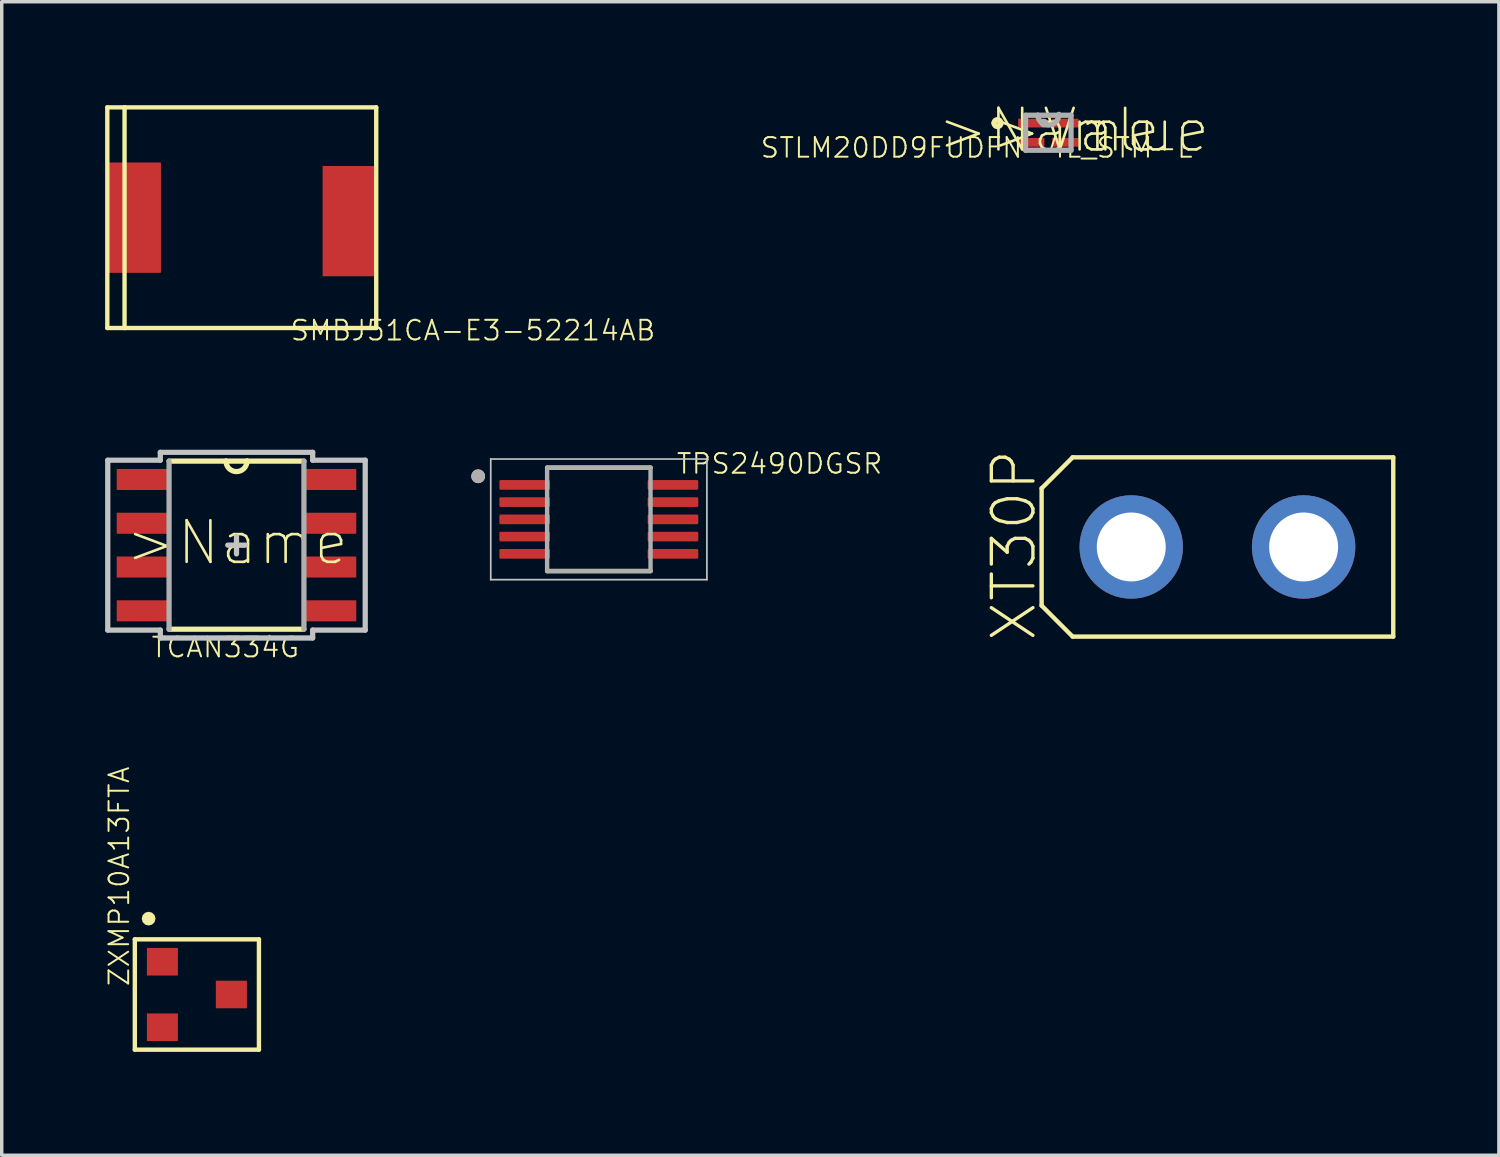
<source format=kicad_pcb>
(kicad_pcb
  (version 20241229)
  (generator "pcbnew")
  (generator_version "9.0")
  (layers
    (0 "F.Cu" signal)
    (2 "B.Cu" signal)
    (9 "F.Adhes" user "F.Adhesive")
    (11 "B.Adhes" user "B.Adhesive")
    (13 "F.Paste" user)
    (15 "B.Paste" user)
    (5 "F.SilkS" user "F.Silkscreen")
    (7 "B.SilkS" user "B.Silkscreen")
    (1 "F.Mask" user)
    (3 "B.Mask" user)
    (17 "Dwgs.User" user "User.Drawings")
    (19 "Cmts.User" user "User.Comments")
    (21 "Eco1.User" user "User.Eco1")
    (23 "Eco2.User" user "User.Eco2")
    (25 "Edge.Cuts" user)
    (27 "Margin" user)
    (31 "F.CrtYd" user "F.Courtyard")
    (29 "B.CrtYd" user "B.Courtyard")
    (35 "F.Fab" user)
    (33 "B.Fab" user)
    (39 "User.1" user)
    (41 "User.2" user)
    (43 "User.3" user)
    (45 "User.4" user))
  (footprint "SMBJ51CA-E3-52214AB"
    (layer "F.Cu")
    (at 3.963 3.264)
    (property "Reference" "SMBJ51CA-E3-52214AB" (at 1.377 3.605 180) (layer "F.SilkS") (effects (font (size 0.57 0.57) (thickness 0.057)) (justify left bottom)))
    (attr through_hole)
    (fp_line (start -3.9 -3.2) (end -3.4 -3.2) (stroke (width 0.127) (type solid)) (layer "F.SilkS"))
    (fp_line (start -3.9 3.2) (end -3.9 -3.2) (stroke (width 0.127) (type solid)) (layer "F.SilkS"))
    (fp_line (start -3.4 -3.2) (end -3.4 3.2) (stroke (width 0.127) (type solid)) (layer "F.SilkS"))
    (fp_line (start -3.4 -3.2) (end 3.9 -3.2) (stroke (width 0.127) (type solid)) (layer "F.SilkS"))
    (fp_line (start -3.4 3.2) (end -3.9 3.2) (stroke (width 0.127) (type solid)) (layer "F.SilkS"))
    (fp_line (start 3.9 -3.2) (end 3.9 3.2) (stroke (width 0.127) (type solid)) (layer "F.SilkS"))
    (fp_line (start 3.9 3.2) (end -3.4 3.2) (stroke (width 0.127) (type solid)) (layer "F.SilkS"))
    (pad "P$1" smd rect (at -3.105 0 90) (size 3.2 1.52) (layers "F.Cu" "F.Mask" "F.Paste"))
    (pad "P$2" smd rect (at 3.105 0.1 90) (size 3.2 1.52) (layers "F.Cu" "F.Mask" "F.Paste")))
  (footprint "ZXMP10A13FTA"
    (layer "F.Cu")
    (at 2.661 25.797)
    (property "Reference" "ZXMP10A13FTA" (at -1.92 -0.2 90) (layer "F.SilkS") (effects (font (size 0.57 0.57) (thickness 0.057)) (justify left bottom)))
    (attr through_hole)
    (fp_line (start -1.8 -1.6) (end -1.8 1.6) (stroke (width 0.127) (type solid)) (layer "F.SilkS"))
    (fp_line (start -1.8 1.6) (end 1.8 1.6) (stroke (width 0.127) (type solid)) (layer "F.SilkS"))
    (fp_line (start 1.8 -1.6) (end -1.8 -1.6) (stroke (width 0.127) (type solid)) (layer "F.SilkS"))
    (fp_line (start 1.8 1.6) (end 1.8 -1.6) (stroke (width 0.127) (type solid)) (layer "F.SilkS"))
    (fp_poly (pts (xy -1.6 -2.2) (xy -1.573 -2.3) (xy -1.5 -2.373) (xy -1.4 -2.4) (xy -1.3 -2.373) (xy -1.227 -2.3) (xy -1.2 -2.2) (xy -1.227 -2.1) (xy -1.3 -2.027) (xy -1.4 -2) (xy -1.5 -2.027) (xy -1.573 -2.1)) (stroke (width 0) (type solid)) (fill yes) (layer "F.SilkS"))
    (pad "P$1" smd rect (at -1 -0.95) (size 0.9 0.8) (layers "F.Cu" "F.Mask" "F.Paste"))
    (pad "P$2" smd rect (at -1 0.95) (size 0.9 0.8) (layers "F.Cu" "F.Mask" "F.Paste"))
    (pad "P$3" smd rect (at 1 0) (size 0.9 0.8) (layers "F.Cu" "F.Mask" "F.Paste")))
  (footprint "TCAN334G"
    (layer "F.Cu")
    (at 3.81 12.763)
    (property "Reference" "TCAN334G" (at -0.323 2.965 180) (layer "F.SilkS") (effects (font (size 0.57 0.57) (thickness 0.057))))
    (attr through_hole)
    (fp_line (start -1.956 2.438) (end 1.956 2.438) (stroke (width 0.152) (type solid)) (layer "F.SilkS"))
    (fp_line (start -0.305 -2.438) (end -1.956 -2.438) (stroke (width 0.152) (type solid)) (layer "F.SilkS"))
    (fp_line (start 0.305 -2.438) (end -0.305 -2.438) (stroke (width 0.152) (type solid)) (layer "F.SilkS"))
    (fp_line (start 1.956 -2.438) (end 0.305 -2.438) (stroke (width 0.152) (type solid)) (layer "F.SilkS"))
    (fp_arc (start 0.3048 -2.4384) (mid 0 -2.1336) (end -0.3048 -2.4384) (stroke (width 0.1524) (type solid)) (layer "F.SilkS"))
    (fp_line (start -3.734 -2.464) (end -2.21 -2.464) (stroke (width 0.152) (type solid)) (layer "Dwgs.User"))
    (fp_line (start -3.734 2.464) (end -3.734 -2.464) (stroke (width 0.152) (type solid)) (layer "Dwgs.User"))
    (fp_line (start -3.734 2.464) (end -2.21 2.464) (stroke (width 0.152) (type solid)) (layer "Dwgs.User"))
    (fp_line (start -2.21 -2.692) (end 2.21 -2.692) (stroke (width 0.152) (type solid)) (layer "Dwgs.User"))
    (fp_line (start -2.21 -2.464) (end -2.21 -2.692) (stroke (width 0.152) (type solid)) (layer "Dwgs.User"))
    (fp_line (start -2.21 2.692) (end -2.21 2.464) (stroke (width 0.152) (type solid)) (layer "Dwgs.User"))
    (fp_line (start -0.254 0) (end 0.254 0) (stroke (width 0.152) (type solid)) (layer "Dwgs.User"))
    (fp_line (start 0 0.254) (end 0 -0.254) (stroke (width 0.152) (type solid)) (layer "Dwgs.User"))
    (fp_line (start 2.21 -2.692) (end 2.21 -2.464) (stroke (width 0.152) (type solid)) (layer "Dwgs.User"))
    (fp_line (start 2.21 2.464) (end 2.21 2.692) (stroke (width 0.152) (type solid)) (layer "Dwgs.User"))
    (fp_line (start 2.21 2.692) (end -2.21 2.692) (stroke (width 0.152) (type solid)) (layer "Dwgs.User"))
    (fp_line (start 3.734 -2.464) (end 2.21 -2.464) (stroke (width 0.152) (type solid)) (layer "Dwgs.User"))
    (fp_line (start 3.734 -2.464) (end 3.734 2.464) (stroke (width 0.152) (type solid)) (layer "Dwgs.User"))
    (fp_line (start 3.734 2.464) (end 2.21 2.464) (stroke (width 0.152) (type solid)) (layer "Dwgs.User"))
    (fp_poly (pts (xy -3.729 2.464) (xy -3.729 -2.464) (xy -2.21 -2.464) (xy -2.21 -2.705) (xy 2.21 -2.705) (xy 2.21 -2.464) (xy 3.729 -2.464) (xy 3.729 2.464) (xy 2.21 2.464) (xy 2.21 2.705) (xy -2.21 2.705) (xy -2.21 2.464)) (stroke (width 0.1) (type solid)) (fill no) (layer "Dwgs.User"))
    (fp_line (start -1.956 -2.438) (end -1.956 2.438) (stroke (width 0.152) (type solid)) (layer "F.Fab"))
    (fp_line (start 1.956 2.438) (end 1.956 -2.438) (stroke (width 0.152) (type solid)) (layer "F.Fab"))
    (fp_text user ">Name" (at -3.277 0.635 0) (layer "F.SilkS") (effects (font (size 1.206 1.206) (thickness 0.076)) (justify left bottom)))
    (pad "1" smd rect (at -2.7 -1.905) (size 1.549 0.61) (layers "F.Cu" "F.Mask" "F.Paste"))
    (pad "2" smd rect (at -2.7 -0.635) (size 1.549 0.61) (layers "F.Cu" "F.Mask" "F.Paste"))
    (pad "3" smd rect (at -2.7 0.635) (size 1.549 0.61) (layers "F.Cu" "F.Mask" "F.Paste"))
    (pad "4" smd rect (at -2.7 1.905) (size 1.549 0.61) (layers "F.Cu" "F.Mask" "F.Paste"))
    (pad "5" smd rect (at 2.7 1.905) (size 1.549 0.61) (layers "F.Cu" "F.Mask" "F.Paste"))
    (pad "6" smd rect (at 2.7 0.635) (size 1.549 0.61) (layers "F.Cu" "F.Mask" "F.Paste"))
    (pad "7" smd rect (at 2.7 -0.635) (size 1.549 0.61) (layers "F.Cu" "F.Mask" "F.Paste"))
    (pad "8" smd rect (at 2.7 -1.905) (size 1.549 0.61) (layers "F.Cu" "F.Mask" "F.Paste")))
  (footprint "STLM20DD9FUDFN-4L_STM-L"
    (layer "F.Cu")
    (at 27.358 0.8)
    (property "Reference" "STLM20DD9FUDFN-4L_STM-L" (at -2.077 0.435 0) (layer "F.SilkS") (effects (font (size 0.57 0.57) (thickness 0.057))))
    (attr through_hole)
    (fp_arc (start -1.5748 -0.2794) (mid -1.4732 -0.381) (end -1.3716 -0.2794) (stroke (width 0.1524) (type solid)) (layer "F.SilkS"))
    (fp_arc (start -1.3716 -0.2794) (mid -1.4732 -0.1778) (end -1.5748 -0.2794) (stroke (width 0.1524) (type solid)) (layer "F.SilkS"))
    (fp_line (start -0.66 -0.508) (end -0.66 0.508) (stroke (width 0.152) (type solid)) (layer "F.Fab"))
    (fp_line (start -0.66 0.508) (end 0.66 0.508) (stroke (width 0.152) (type solid)) (layer "F.Fab"))
    (fp_line (start -0.305 -0.508) (end -0.66 -0.508) (stroke (width 0.152) (type solid)) (layer "F.Fab"))
    (fp_line (start 0.66 -0.508) (end -0.305 -0.508) (stroke (width 0.152) (type solid)) (layer "F.Fab"))
    (fp_line (start 0.66 0.508) (end 0.66 -0.508) (stroke (width 0.152) (type solid)) (layer "F.Fab"))
    (fp_arc (start -0.2032 -0.2794) (mid -0.127 -0.3556) (end -0.0508 -0.2794) (stroke (width 0.1) (type solid)) (layer "F.Fab"))
    (fp_arc (start -0.0508 -0.2794) (mid -0.127 -0.2032) (end -0.2032 -0.2794) (stroke (width 0.1) (type solid)) (layer "F.Fab"))
    (fp_arc (start 0.3048 -0.5334) (mid 0.0127 -0.2159) (end -0.3048 -0.508) (stroke (width 0.1524) (type solid)) (layer "F.Fab"))
    (fp_text user ">Name" (at -3.277 0.635 0) (layer "F.SilkS") (effects (font (size 1.206 1.206) (thickness 0.076)) (justify left bottom)))
    (fp_text user ">Value" (at -1.727 0.635 0) (layer "F.SilkS") (effects (font (size 1.206 1.206) (thickness 0.076)) (justify left bottom)))
    (pad "1" smd rect (at -0.495 -0.279) (size 0.762 0.254) (layers "F.Cu" "F.Mask" "F.Paste"))
    (pad "2" smd rect (at -0.495 0.279) (size 0.762 0.254) (layers "F.Cu" "F.Mask" "F.Paste"))
    (pad "3" smd rect (at 0.495 0.279) (size 0.762 0.254) (layers "F.Cu" "F.Mask" "F.Paste"))
    (pad "4" smd rect (at 0.495 -0.279) (size 0.762 0.254) (layers "F.Cu" "F.Mask" "F.Paste")))
  (footprint "TPS2490DGSR"
    (layer "F.Cu")
    (at 14.32 12.015)
    (property "Reference" "TPS2490DGSR" (at 2.22 -1.28 0) (layer "F.SilkS") (effects (font (size 0.57 0.57) (thickness 0.057)) (justify left bottom)))
    (attr through_hole)
    (fp_line (start -1.5 -1.5) (end 1.5 -1.5) (stroke (width 0.127) (type solid)) (layer "F.SilkS"))
    (fp_line (start -1.5 1.5) (end 1.5 1.5) (stroke (width 0.127) (type solid)) (layer "F.SilkS"))
    (fp_circle (center -3.5 -1.25) (end -3.4 -1.25) (stroke (width 0.2) (type solid)) (fill no) (layer "F.SilkS"))
    (fp_line (start -3.135 -1.75) (end -3.135 1.75) (stroke (width 0.05) (type solid)) (layer "Dwgs.User"))
    (fp_line (start -3.135 -1.75) (end 3.135 -1.75) (stroke (width 0.05) (type solid)) (layer "Dwgs.User"))
    (fp_line (start -3.135 1.75) (end 3.135 1.75) (stroke (width 0.05) (type solid)) (layer "Dwgs.User"))
    (fp_line (start 3.135 -1.75) (end 3.135 1.75) (stroke (width 0.05) (type solid)) (layer "Dwgs.User"))
    (fp_line (start -1.5 -1.5) (end -1.5 1.5) (stroke (width 0.127) (type solid)) (layer "F.Fab"))
    (fp_line (start -1.5 -1.5) (end 1.5 -1.5) (stroke (width 0.127) (type solid)) (layer "F.Fab"))
    (fp_line (start -1.5 1.5) (end 1.5 1.5) (stroke (width 0.127) (type solid)) (layer "F.Fab"))
    (fp_line (start 1.5 -1.5) (end 1.5 1.5) (stroke (width 0.127) (type solid)) (layer "F.Fab"))
    (fp_circle (center -3.5 -1.25) (end -3.4 -1.25) (stroke (width 0.2) (type solid)) (fill no) (layer "F.Fab"))
    (pad "1" smd roundrect (at -2.15 -1) (size 1.47 0.28) (layers "F.Cu" "F.Mask" "F.Paste") (roundrect_rratio 0.125))
    (pad "2" smd roundrect (at -2.15 -0.5) (size 1.47 0.28) (layers "F.Cu" "F.Mask" "F.Paste") (roundrect_rratio 0.125))
    (pad "3" smd roundrect (at -2.15 0) (size 1.47 0.28) (layers "F.Cu" "F.Mask" "F.Paste") (roundrect_rratio 0.125))
    (pad "4" smd roundrect (at -2.15 0.5) (size 1.47 0.28) (layers "F.Cu" "F.Mask" "F.Paste") (roundrect_rratio 0.125))
    (pad "5" smd roundrect (at -2.15 1) (size 1.47 0.28) (layers "F.Cu" "F.Mask" "F.Paste") (roundrect_rratio 0.125))
    (pad "6" smd roundrect (at 2.15 1) (size 1.47 0.28) (layers "F.Cu" "F.Mask" "F.Paste") (roundrect_rratio 0.125))
    (pad "7" smd roundrect (at 2.15 0.5) (size 1.47 0.28) (layers "F.Cu" "F.Mask" "F.Paste") (roundrect_rratio 0.125))
    (pad "8" smd roundrect (at 2.15 0) (size 1.47 0.28) (layers "F.Cu" "F.Mask" "F.Paste") (roundrect_rratio 0.125))
    (pad "9" smd roundrect (at 2.15 -0.5) (size 1.47 0.28) (layers "F.Cu" "F.Mask" "F.Paste") (roundrect_rratio 0.125))
    (pad "10" smd roundrect (at 2.15 -1) (size 1.47 0.28) (layers "F.Cu" "F.Mask" "F.Paste") (roundrect_rratio 0.125)))
  (footprint "XT30P"
    (layer "F.Cu")
    (at 32.264 12.816)
    (property "Reference" "XT30P" (at -5.2 2.8 270) (layer "F.SilkS") (effects (font (size 1.206 1.206) (thickness 0.097)) (justify left bottom)))
    (attr through_hole)
    (fp_line (start -5.1 -1.7) (end -5.1 1.7) (stroke (width 0.127) (type solid)) (layer "F.SilkS"))
    (fp_line (start -4.2 -2.6) (end -5.1 -1.7) (stroke (width 0.127) (type solid)) (layer "F.SilkS"))
    (fp_line (start -4.2 -2.6) (end 5.1 -2.6) (stroke (width 0.127) (type solid)) (layer "F.SilkS"))
    (fp_line (start -4.2 2.6) (end -5.1 1.7) (stroke (width 0.127) (type solid)) (layer "F.SilkS"))
    (fp_line (start 5.1 -2.6) (end 5.1 2.6) (stroke (width 0.127) (type solid)) (layer "F.SilkS"))
    (fp_line (start 5.1 2.6) (end -4.2 2.6) (stroke (width 0.127) (type solid)) (layer "F.SilkS"))
    (pad "1" thru_hole circle (at -2.5 0) (size 3 3) (drill 2) (layers "*.Cu" "*.Mask"))
    (pad "2" thru_hole circle (at 2.5 0) (size 3 3) (drill 2) (layers "*.Cu" "*.Mask")))
  (gr_rect
    (start -3 -3)
    (end 40.428 30.461)
    (stroke (width 0.1) (type default))
    (fill no)
    (layer "Edge.Cuts")))
</source>
